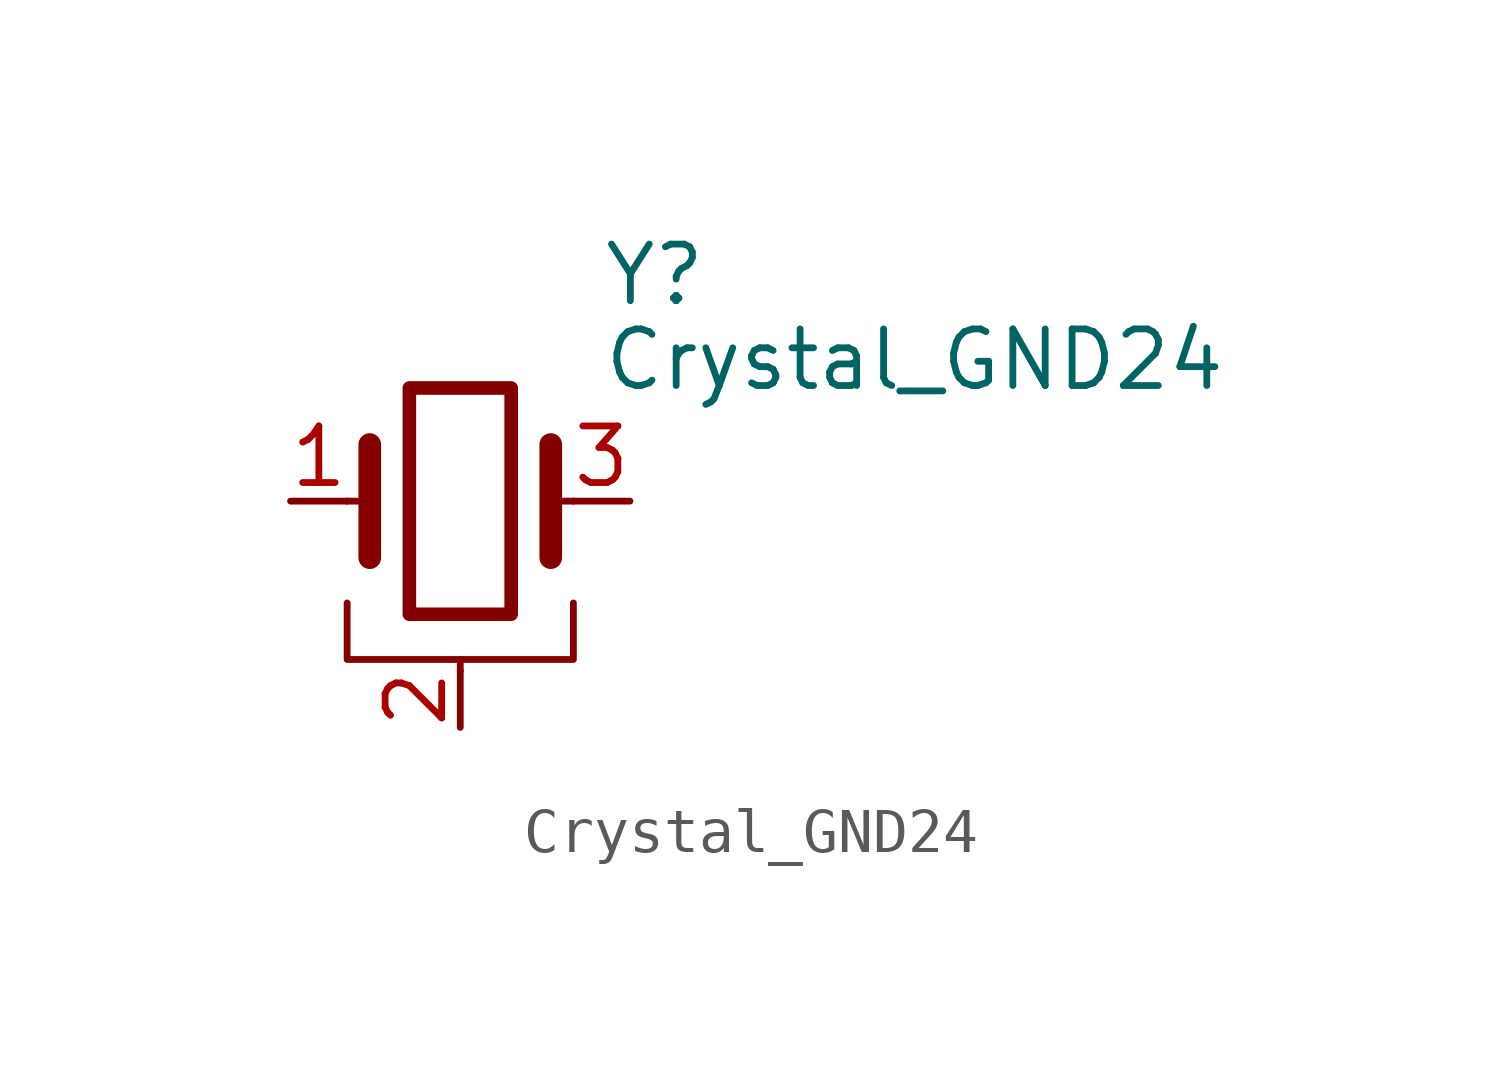
<source format=kicad_sym>
(kicad_symbol_lib
  (version 20241209)
  (generator "kicad_symbol_editor")
  (generator_version "9.0")
  (symbol "Crystal_GND24"
    (pin_names
      (offset 1.016)
      (hide yes))
    (property "Reference" "Y"
      (at 3.175 5.08 0)
      (effects (font (size 1.27 1.27)) (justify left)))
    (property "Value" "Crystal_GND24"
      (at 3.175 3.175 0)
      (effects (font (size 1.27 1.27)) (justify left)))
    (symbol "Crystal_GND24_0_1"
      (polyline (pts (xy -2.54 0) (xy -2.032 0)) (stroke (width 0) (type default)) (fill (type none)))
      (polyline (pts (xy -2.54 -2.286) (xy -2.54 -3.556) (xy 2.54 -3.556) (xy 2.54 -2.286)) (stroke (width 0) (type default)) (fill (type none)))
      (polyline (pts (xy -2.032 -1.27) (xy -2.032 1.27)) (stroke (width 0.508) (type default)) (fill (type none)))
      (rectangle (start -1.143 2.54) (end 1.143 -2.54) (stroke (width 0.305) (type default)) (fill (type none)))
      (polyline (pts (xy 0 -3.81) (xy 0 -3.556)) (stroke (width 0) (type default)) (fill (type none)))
      (polyline (pts (xy 2.032 0) (xy 2.54 0)) (stroke (width 0) (type default)) (fill (type none)))
      (polyline (pts (xy 2.032 -1.27) (xy 2.032 1.27)) (stroke (width 0.508) (type default)) (fill (type none))))
    (symbol "Crystal_GND24_1_1"
      (pin passive line (at -3.81 0 0) (length 1.27) (name "1" (effects (font (size 1.27 1.27)))) (number "1" (effects (font (size 1.27 1.27)))))
      (pin passive line (at 0 -5.08 90) (length 1.27) (name "2" (effects (font (size 1.27 1.27)))) (number "2" (effects (font (size 1.27 1.27)))))
      (pin passive line (at 0 -5.08 90) (length 1.27) (hide yes) (name "4" (effects (font (size 1.27 1.27)))) (number "4" (effects (font (size 1.27 1.27)))))
      (pin passive line (at 3.81 0 180) (length 1.27) (name "3" (effects (font (size 1.27 1.27)))) (number "3" (effects (font (size 1.27 1.27))))))))
</source>
